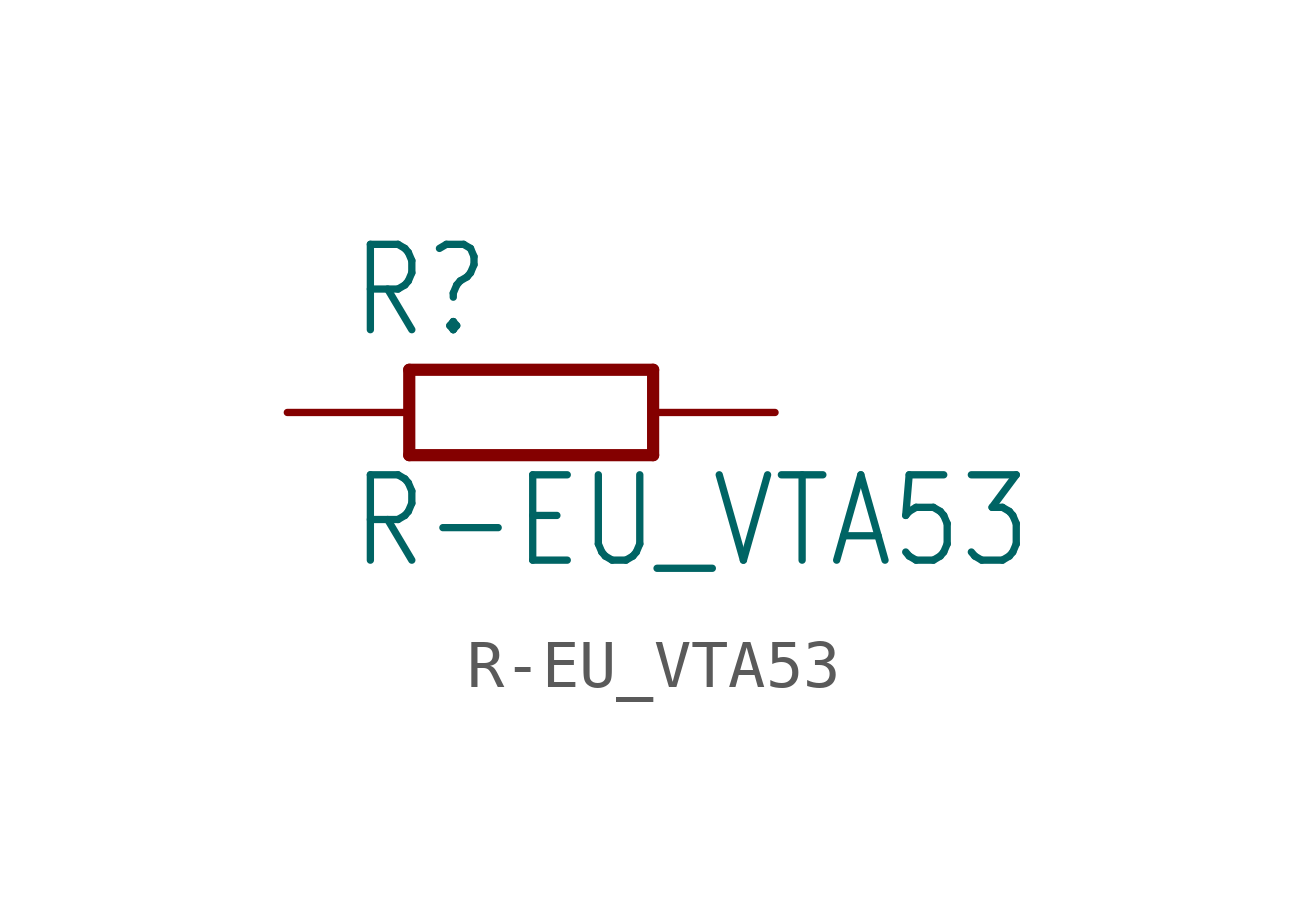
<source format=kicad_sym>
(kicad_symbol_lib
  (version 20201005)
  (generator kicad_symbol_editor)
  (symbol "R-EU_VTA53"
    (property "Reference" "R"
      (at -3.81 1.499 0)
      (effects (font (size 1.778 1.511)) (justify left bottom)))
    (property "Value" "R-EU_VTA53"
      (at -3.81 -3.302 0)
      (effects (font (size 1.778 1.511)) (justify left bottom)))
    (property "ki_locked" ""
      (at 0 0 0)
      (effects (font (size 1.27 1.27))))
    (symbol "R-EU_VTA53_1_0"
      (polyline (pts (xy -2.54 -0.889) (xy 2.54 -0.889)) (stroke (width 0.254)) (fill (type none)))
      (polyline (pts (xy 2.54 0.889) (xy -2.54 0.889)) (stroke (width 0.254)) (fill (type none)))
      (polyline (pts (xy 2.54 -0.889) (xy 2.54 0.889)) (stroke (width 0.254)) (fill (type none)))
      (polyline (pts (xy -2.54 -0.889) (xy -2.54 0.889)) (stroke (width 0.254)) (fill (type none)))
      (pin passive line (at 5.08 0 180) (length 2.54) (name "2" (effects (font (size 0 0)))) (number "2" (effects (font (size 0 0)))))
      (pin passive line (at -5.08 0 0) (length 2.54) (name "1" (effects (font (size 0 0)))) (number "1" (effects (font (size 0 0))))))))
</source>
